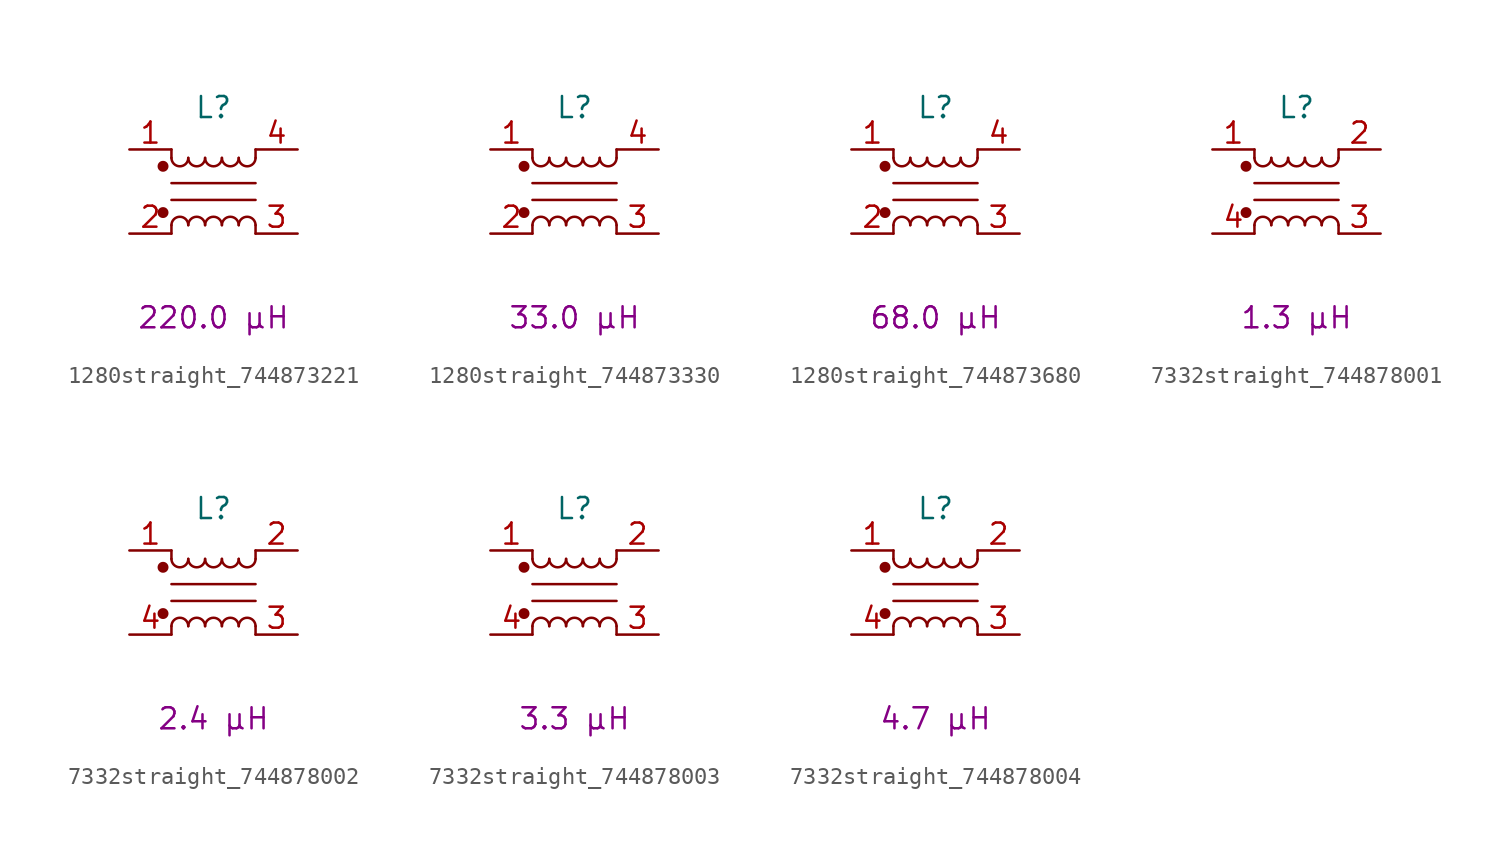
<source format=kicad_sym>
(kicad_symbol_lib
  (version 20220914)
  (generator kicad_symbol_editor)
  (symbol "1280straight_744873221"
    (pin_names hide)
    (property "Reference" "L"
      (at 0 5.08 0)
      (effects (font (size 1.27 1.27))))
    (property "Critical Parameter" "220.0 µH"
      (at 0 -7.62 0)
      (effects (font (size 1.27 1.27))))
    (symbol "1280straight_744873221_0_1"
      (circle (center -3.048 -1.27) (radius 0.254) (stroke (width 0) (type default)) (fill (type outline)))
      (circle (center -3.048 1.524) (radius 0.254) (stroke (width 0) (type default)) (fill (type outline)))
      (arc (start -2.54 2.032) (mid -2.032 1.5262) (end -1.524 2.032) (stroke (width 0) (type default)) (fill (type none)))
      (arc (start -1.524 -2.032) (mid -2.032 -1.5262) (end -2.54 -2.032) (stroke (width 0) (type default)) (fill (type none)))
      (arc (start -1.524 2.032) (mid -1.016 1.5262) (end -0.508 2.032) (stroke (width 0) (type default)) (fill (type none)))
      (arc (start -0.508 -2.032) (mid -1.016 -1.5262) (end -1.524 -2.032) (stroke (width 0) (type default)) (fill (type none)))
      (arc (start -0.508 2.032) (mid 0 1.5262) (end 0.508 2.032) (stroke (width 0) (type default)) (fill (type none)))
      (polyline (pts (xy -2.54 -2.032) (xy -2.54 -2.54)) (stroke (width 0) (type default)) (fill (type none)))
      (polyline (pts (xy -2.54 0.508) (xy 2.54 0.508)) (stroke (width 0) (type default)) (fill (type none)))
      (polyline (pts (xy -2.54 2.032) (xy -2.54 2.54)) (stroke (width 0) (type default)) (fill (type none)))
      (polyline (pts (xy 2.54 -2.032) (xy 2.54 -2.54)) (stroke (width 0) (type default)) (fill (type none)))
      (polyline (pts (xy 2.54 -0.508) (xy -2.54 -0.508)) (stroke (width 0) (type default)) (fill (type none)))
      (polyline (pts (xy 2.54 2.54) (xy 2.54 2.032)) (stroke (width 0) (type default)) (fill (type none)))
      (arc (start 0.508 -2.032) (mid 0 -1.5262) (end -0.508 -2.032) (stroke (width 0) (type default)) (fill (type none)))
      (arc (start 0.508 2.032) (mid 1.016 1.5262) (end 1.524 2.032) (stroke (width 0) (type default)) (fill (type none)))
      (arc (start 1.524 -2.032) (mid 1.016 -1.5262) (end 0.508 -2.032) (stroke (width 0) (type default)) (fill (type none)))
      (arc (start 1.524 2.032) (mid 2.032 1.5262) (end 2.54 2.032) (stroke (width 0) (type default)) (fill (type none)))
      (arc (start 2.54 -2.032) (mid 2.032 -1.5262) (end 1.524 -2.032) (stroke (width 0) (type default)) (fill (type none))))
    (symbol "1280straight_744873221_1_1"
      (pin passive line (at -5.08 2.54 0) (length 2.54) (name "1" (effects (font (size 1.27 1.27)))) (number "1" (effects (font (size 1.27 1.27)))))
      (pin passive line (at -5.08 -2.54 0) (length 2.54) (name "2" (effects (font (size 1.27 1.27)))) (number "2" (effects (font (size 1.27 1.27)))))
      (pin passive line (at 5.08 -2.54 180) (length 2.54) (name "3" (effects (font (size 1.27 1.27)))) (number "3" (effects (font (size 1.27 1.27)))))
      (pin passive line (at 5.08 2.54 180) (length 2.54) (name "4" (effects (font (size 1.27 1.27)))) (number "4" (effects (font (size 1.27 1.27)))))))
  (symbol "1280straight_744873330"
    (pin_names hide)
    (property "Reference" "L"
      (at 0 5.08 0)
      (effects (font (size 1.27 1.27))))
    (property "Critical Parameter" "33.0 µH"
      (at 0 -7.62 0)
      (effects (font (size 1.27 1.27))))
    (symbol "1280straight_744873330_0_1"
      (circle (center -3.048 -1.27) (radius 0.254) (stroke (width 0) (type default)) (fill (type outline)))
      (circle (center -3.048 1.524) (radius 0.254) (stroke (width 0) (type default)) (fill (type outline)))
      (arc (start -2.54 2.032) (mid -2.032 1.5262) (end -1.524 2.032) (stroke (width 0) (type default)) (fill (type none)))
      (arc (start -1.524 -2.032) (mid -2.032 -1.5262) (end -2.54 -2.032) (stroke (width 0) (type default)) (fill (type none)))
      (arc (start -1.524 2.032) (mid -1.016 1.5262) (end -0.508 2.032) (stroke (width 0) (type default)) (fill (type none)))
      (arc (start -0.508 -2.032) (mid -1.016 -1.5262) (end -1.524 -2.032) (stroke (width 0) (type default)) (fill (type none)))
      (arc (start -0.508 2.032) (mid 0 1.5262) (end 0.508 2.032) (stroke (width 0) (type default)) (fill (type none)))
      (polyline (pts (xy -2.54 -2.032) (xy -2.54 -2.54)) (stroke (width 0) (type default)) (fill (type none)))
      (polyline (pts (xy -2.54 0.508) (xy 2.54 0.508)) (stroke (width 0) (type default)) (fill (type none)))
      (polyline (pts (xy -2.54 2.032) (xy -2.54 2.54)) (stroke (width 0) (type default)) (fill (type none)))
      (polyline (pts (xy 2.54 -2.032) (xy 2.54 -2.54)) (stroke (width 0) (type default)) (fill (type none)))
      (polyline (pts (xy 2.54 -0.508) (xy -2.54 -0.508)) (stroke (width 0) (type default)) (fill (type none)))
      (polyline (pts (xy 2.54 2.54) (xy 2.54 2.032)) (stroke (width 0) (type default)) (fill (type none)))
      (arc (start 0.508 -2.032) (mid 0 -1.5262) (end -0.508 -2.032) (stroke (width 0) (type default)) (fill (type none)))
      (arc (start 0.508 2.032) (mid 1.016 1.5262) (end 1.524 2.032) (stroke (width 0) (type default)) (fill (type none)))
      (arc (start 1.524 -2.032) (mid 1.016 -1.5262) (end 0.508 -2.032) (stroke (width 0) (type default)) (fill (type none)))
      (arc (start 1.524 2.032) (mid 2.032 1.5262) (end 2.54 2.032) (stroke (width 0) (type default)) (fill (type none)))
      (arc (start 2.54 -2.032) (mid 2.032 -1.5262) (end 1.524 -2.032) (stroke (width 0) (type default)) (fill (type none))))
    (symbol "1280straight_744873330_1_1"
      (pin passive line (at -5.08 2.54 0) (length 2.54) (name "1" (effects (font (size 1.27 1.27)))) (number "1" (effects (font (size 1.27 1.27)))))
      (pin passive line (at -5.08 -2.54 0) (length 2.54) (name "2" (effects (font (size 1.27 1.27)))) (number "2" (effects (font (size 1.27 1.27)))))
      (pin passive line (at 5.08 -2.54 180) (length 2.54) (name "3" (effects (font (size 1.27 1.27)))) (number "3" (effects (font (size 1.27 1.27)))))
      (pin passive line (at 5.08 2.54 180) (length 2.54) (name "4" (effects (font (size 1.27 1.27)))) (number "4" (effects (font (size 1.27 1.27)))))))
  (symbol "1280straight_744873680"
    (pin_names hide)
    (property "Reference" "L"
      (at 0 5.08 0)
      (effects (font (size 1.27 1.27))))
    (property "Critical Parameter" "68.0 µH"
      (at 0 -7.62 0)
      (effects (font (size 1.27 1.27))))
    (symbol "1280straight_744873680_0_1"
      (circle (center -3.048 -1.27) (radius 0.254) (stroke (width 0) (type default)) (fill (type outline)))
      (circle (center -3.048 1.524) (radius 0.254) (stroke (width 0) (type default)) (fill (type outline)))
      (arc (start -2.54 2.032) (mid -2.032 1.5262) (end -1.524 2.032) (stroke (width 0) (type default)) (fill (type none)))
      (arc (start -1.524 -2.032) (mid -2.032 -1.5262) (end -2.54 -2.032) (stroke (width 0) (type default)) (fill (type none)))
      (arc (start -1.524 2.032) (mid -1.016 1.5262) (end -0.508 2.032) (stroke (width 0) (type default)) (fill (type none)))
      (arc (start -0.508 -2.032) (mid -1.016 -1.5262) (end -1.524 -2.032) (stroke (width 0) (type default)) (fill (type none)))
      (arc (start -0.508 2.032) (mid 0 1.5262) (end 0.508 2.032) (stroke (width 0) (type default)) (fill (type none)))
      (polyline (pts (xy -2.54 -2.032) (xy -2.54 -2.54)) (stroke (width 0) (type default)) (fill (type none)))
      (polyline (pts (xy -2.54 0.508) (xy 2.54 0.508)) (stroke (width 0) (type default)) (fill (type none)))
      (polyline (pts (xy -2.54 2.032) (xy -2.54 2.54)) (stroke (width 0) (type default)) (fill (type none)))
      (polyline (pts (xy 2.54 -2.032) (xy 2.54 -2.54)) (stroke (width 0) (type default)) (fill (type none)))
      (polyline (pts (xy 2.54 -0.508) (xy -2.54 -0.508)) (stroke (width 0) (type default)) (fill (type none)))
      (polyline (pts (xy 2.54 2.54) (xy 2.54 2.032)) (stroke (width 0) (type default)) (fill (type none)))
      (arc (start 0.508 -2.032) (mid 0 -1.5262) (end -0.508 -2.032) (stroke (width 0) (type default)) (fill (type none)))
      (arc (start 0.508 2.032) (mid 1.016 1.5262) (end 1.524 2.032) (stroke (width 0) (type default)) (fill (type none)))
      (arc (start 1.524 -2.032) (mid 1.016 -1.5262) (end 0.508 -2.032) (stroke (width 0) (type default)) (fill (type none)))
      (arc (start 1.524 2.032) (mid 2.032 1.5262) (end 2.54 2.032) (stroke (width 0) (type default)) (fill (type none)))
      (arc (start 2.54 -2.032) (mid 2.032 -1.5262) (end 1.524 -2.032) (stroke (width 0) (type default)) (fill (type none))))
    (symbol "1280straight_744873680_1_1"
      (pin passive line (at -5.08 2.54 0) (length 2.54) (name "1" (effects (font (size 1.27 1.27)))) (number "1" (effects (font (size 1.27 1.27)))))
      (pin passive line (at -5.08 -2.54 0) (length 2.54) (name "2" (effects (font (size 1.27 1.27)))) (number "2" (effects (font (size 1.27 1.27)))))
      (pin passive line (at 5.08 -2.54 180) (length 2.54) (name "3" (effects (font (size 1.27 1.27)))) (number "3" (effects (font (size 1.27 1.27)))))
      (pin passive line (at 5.08 2.54 180) (length 2.54) (name "4" (effects (font (size 1.27 1.27)))) (number "4" (effects (font (size 1.27 1.27)))))))
  (symbol "7332straight_744878001"
    (pin_names hide)
    (property "Reference" "L"
      (at 0 5.08 0)
      (effects (font (size 1.27 1.27))))
    (property "Critical Parameter" "1.3 µH"
      (at 0 -7.62 0)
      (effects (font (size 1.27 1.27))))
    (symbol "7332straight_744878001_0_1"
      (circle (center -3.048 -1.27) (radius 0.254) (stroke (width 0) (type default)) (fill (type outline)))
      (circle (center -3.048 1.524) (radius 0.254) (stroke (width 0) (type default)) (fill (type outline)))
      (arc (start -2.54 2.032) (mid -2.032 1.5262) (end -1.524 2.032) (stroke (width 0) (type default)) (fill (type none)))
      (arc (start -1.524 -2.032) (mid -2.032 -1.5262) (end -2.54 -2.032) (stroke (width 0) (type default)) (fill (type none)))
      (arc (start -1.524 2.032) (mid -1.016 1.5262) (end -0.508 2.032) (stroke (width 0) (type default)) (fill (type none)))
      (arc (start -0.508 -2.032) (mid -1.016 -1.5262) (end -1.524 -2.032) (stroke (width 0) (type default)) (fill (type none)))
      (arc (start -0.508 2.032) (mid 0 1.5262) (end 0.508 2.032) (stroke (width 0) (type default)) (fill (type none)))
      (polyline (pts (xy -2.54 -2.032) (xy -2.54 -2.54)) (stroke (width 0) (type default)) (fill (type none)))
      (polyline (pts (xy -2.54 0.508) (xy 2.54 0.508)) (stroke (width 0) (type default)) (fill (type none)))
      (polyline (pts (xy -2.54 2.032) (xy -2.54 2.54)) (stroke (width 0) (type default)) (fill (type none)))
      (polyline (pts (xy 2.54 -2.032) (xy 2.54 -2.54)) (stroke (width 0) (type default)) (fill (type none)))
      (polyline (pts (xy 2.54 -0.508) (xy -2.54 -0.508)) (stroke (width 0) (type default)) (fill (type none)))
      (polyline (pts (xy 2.54 2.54) (xy 2.54 2.032)) (stroke (width 0) (type default)) (fill (type none)))
      (arc (start 0.508 -2.032) (mid 0 -1.5262) (end -0.508 -2.032) (stroke (width 0) (type default)) (fill (type none)))
      (arc (start 0.508 2.032) (mid 1.016 1.5262) (end 1.524 2.032) (stroke (width 0) (type default)) (fill (type none)))
      (arc (start 1.524 -2.032) (mid 1.016 -1.5262) (end 0.508 -2.032) (stroke (width 0) (type default)) (fill (type none)))
      (arc (start 1.524 2.032) (mid 2.032 1.5262) (end 2.54 2.032) (stroke (width 0) (type default)) (fill (type none)))
      (arc (start 2.54 -2.032) (mid 2.032 -1.5262) (end 1.524 -2.032) (stroke (width 0) (type default)) (fill (type none))))
    (symbol "7332straight_744878001_1_1"
      (pin passive line (at -5.08 2.54 0) (length 2.54) (name "1" (effects (font (size 1.27 1.27)))) (number "1" (effects (font (size 1.27 1.27)))))
      (pin passive line (at 5.08 2.54 180) (length 2.54) (name "2" (effects (font (size 1.27 1.27)))) (number "2" (effects (font (size 1.27 1.27)))))
      (pin passive line (at 5.08 -2.54 180) (length 2.54) (name "3" (effects (font (size 1.27 1.27)))) (number "3" (effects (font (size 1.27 1.27)))))
      (pin passive line (at -5.08 -2.54 0) (length 2.54) (name "4" (effects (font (size 1.27 1.27)))) (number "4" (effects (font (size 1.27 1.27)))))))
  (symbol "7332straight_744878002"
    (pin_names hide)
    (property "Reference" "L"
      (at 0 5.08 0)
      (effects (font (size 1.27 1.27))))
    (property "Critical Parameter" "2.4 µH"
      (at 0 -7.62 0)
      (effects (font (size 1.27 1.27))))
    (symbol "7332straight_744878002_0_1"
      (circle (center -3.048 -1.27) (radius 0.254) (stroke (width 0) (type default)) (fill (type outline)))
      (circle (center -3.048 1.524) (radius 0.254) (stroke (width 0) (type default)) (fill (type outline)))
      (arc (start -2.54 2.032) (mid -2.032 1.5262) (end -1.524 2.032) (stroke (width 0) (type default)) (fill (type none)))
      (arc (start -1.524 -2.032) (mid -2.032 -1.5262) (end -2.54 -2.032) (stroke (width 0) (type default)) (fill (type none)))
      (arc (start -1.524 2.032) (mid -1.016 1.5262) (end -0.508 2.032) (stroke (width 0) (type default)) (fill (type none)))
      (arc (start -0.508 -2.032) (mid -1.016 -1.5262) (end -1.524 -2.032) (stroke (width 0) (type default)) (fill (type none)))
      (arc (start -0.508 2.032) (mid 0 1.5262) (end 0.508 2.032) (stroke (width 0) (type default)) (fill (type none)))
      (polyline (pts (xy -2.54 -2.032) (xy -2.54 -2.54)) (stroke (width 0) (type default)) (fill (type none)))
      (polyline (pts (xy -2.54 0.508) (xy 2.54 0.508)) (stroke (width 0) (type default)) (fill (type none)))
      (polyline (pts (xy -2.54 2.032) (xy -2.54 2.54)) (stroke (width 0) (type default)) (fill (type none)))
      (polyline (pts (xy 2.54 -2.032) (xy 2.54 -2.54)) (stroke (width 0) (type default)) (fill (type none)))
      (polyline (pts (xy 2.54 -0.508) (xy -2.54 -0.508)) (stroke (width 0) (type default)) (fill (type none)))
      (polyline (pts (xy 2.54 2.54) (xy 2.54 2.032)) (stroke (width 0) (type default)) (fill (type none)))
      (arc (start 0.508 -2.032) (mid 0 -1.5262) (end -0.508 -2.032) (stroke (width 0) (type default)) (fill (type none)))
      (arc (start 0.508 2.032) (mid 1.016 1.5262) (end 1.524 2.032) (stroke (width 0) (type default)) (fill (type none)))
      (arc (start 1.524 -2.032) (mid 1.016 -1.5262) (end 0.508 -2.032) (stroke (width 0) (type default)) (fill (type none)))
      (arc (start 1.524 2.032) (mid 2.032 1.5262) (end 2.54 2.032) (stroke (width 0) (type default)) (fill (type none)))
      (arc (start 2.54 -2.032) (mid 2.032 -1.5262) (end 1.524 -2.032) (stroke (width 0) (type default)) (fill (type none))))
    (symbol "7332straight_744878002_1_1"
      (pin passive line (at -5.08 2.54 0) (length 2.54) (name "1" (effects (font (size 1.27 1.27)))) (number "1" (effects (font (size 1.27 1.27)))))
      (pin passive line (at 5.08 2.54 180) (length 2.54) (name "2" (effects (font (size 1.27 1.27)))) (number "2" (effects (font (size 1.27 1.27)))))
      (pin passive line (at 5.08 -2.54 180) (length 2.54) (name "3" (effects (font (size 1.27 1.27)))) (number "3" (effects (font (size 1.27 1.27)))))
      (pin passive line (at -5.08 -2.54 0) (length 2.54) (name "4" (effects (font (size 1.27 1.27)))) (number "4" (effects (font (size 1.27 1.27)))))))
  (symbol "7332straight_744878003"
    (pin_names hide)
    (property "Reference" "L"
      (at 0 5.08 0)
      (effects (font (size 1.27 1.27))))
    (property "Critical Parameter" "3.3 µH"
      (at 0 -7.62 0)
      (effects (font (size 1.27 1.27))))
    (symbol "7332straight_744878003_0_1"
      (circle (center -3.048 -1.27) (radius 0.254) (stroke (width 0) (type default)) (fill (type outline)))
      (circle (center -3.048 1.524) (radius 0.254) (stroke (width 0) (type default)) (fill (type outline)))
      (arc (start -2.54 2.032) (mid -2.032 1.5262) (end -1.524 2.032) (stroke (width 0) (type default)) (fill (type none)))
      (arc (start -1.524 -2.032) (mid -2.032 -1.5262) (end -2.54 -2.032) (stroke (width 0) (type default)) (fill (type none)))
      (arc (start -1.524 2.032) (mid -1.016 1.5262) (end -0.508 2.032) (stroke (width 0) (type default)) (fill (type none)))
      (arc (start -0.508 -2.032) (mid -1.016 -1.5262) (end -1.524 -2.032) (stroke (width 0) (type default)) (fill (type none)))
      (arc (start -0.508 2.032) (mid 0 1.5262) (end 0.508 2.032) (stroke (width 0) (type default)) (fill (type none)))
      (polyline (pts (xy -2.54 -2.032) (xy -2.54 -2.54)) (stroke (width 0) (type default)) (fill (type none)))
      (polyline (pts (xy -2.54 0.508) (xy 2.54 0.508)) (stroke (width 0) (type default)) (fill (type none)))
      (polyline (pts (xy -2.54 2.032) (xy -2.54 2.54)) (stroke (width 0) (type default)) (fill (type none)))
      (polyline (pts (xy 2.54 -2.032) (xy 2.54 -2.54)) (stroke (width 0) (type default)) (fill (type none)))
      (polyline (pts (xy 2.54 -0.508) (xy -2.54 -0.508)) (stroke (width 0) (type default)) (fill (type none)))
      (polyline (pts (xy 2.54 2.54) (xy 2.54 2.032)) (stroke (width 0) (type default)) (fill (type none)))
      (arc (start 0.508 -2.032) (mid 0 -1.5262) (end -0.508 -2.032) (stroke (width 0) (type default)) (fill (type none)))
      (arc (start 0.508 2.032) (mid 1.016 1.5262) (end 1.524 2.032) (stroke (width 0) (type default)) (fill (type none)))
      (arc (start 1.524 -2.032) (mid 1.016 -1.5262) (end 0.508 -2.032) (stroke (width 0) (type default)) (fill (type none)))
      (arc (start 1.524 2.032) (mid 2.032 1.5262) (end 2.54 2.032) (stroke (width 0) (type default)) (fill (type none)))
      (arc (start 2.54 -2.032) (mid 2.032 -1.5262) (end 1.524 -2.032) (stroke (width 0) (type default)) (fill (type none))))
    (symbol "7332straight_744878003_1_1"
      (pin passive line (at -5.08 2.54 0) (length 2.54) (name "1" (effects (font (size 1.27 1.27)))) (number "1" (effects (font (size 1.27 1.27)))))
      (pin passive line (at 5.08 2.54 180) (length 2.54) (name "2" (effects (font (size 1.27 1.27)))) (number "2" (effects (font (size 1.27 1.27)))))
      (pin passive line (at 5.08 -2.54 180) (length 2.54) (name "3" (effects (font (size 1.27 1.27)))) (number "3" (effects (font (size 1.27 1.27)))))
      (pin passive line (at -5.08 -2.54 0) (length 2.54) (name "4" (effects (font (size 1.27 1.27)))) (number "4" (effects (font (size 1.27 1.27)))))))
  (symbol "7332straight_744878004"
    (pin_names hide)
    (property "Reference" "L"
      (at 0 5.08 0)
      (effects (font (size 1.27 1.27))))
    (property "Critical Parameter" "4.7 µH"
      (at 0 -7.62 0)
      (effects (font (size 1.27 1.27))))
    (symbol "7332straight_744878004_0_1"
      (circle (center -3.048 -1.27) (radius 0.254) (stroke (width 0) (type default)) (fill (type outline)))
      (circle (center -3.048 1.524) (radius 0.254) (stroke (width 0) (type default)) (fill (type outline)))
      (arc (start -2.54 2.032) (mid -2.032 1.5262) (end -1.524 2.032) (stroke (width 0) (type default)) (fill (type none)))
      (arc (start -1.524 -2.032) (mid -2.032 -1.5262) (end -2.54 -2.032) (stroke (width 0) (type default)) (fill (type none)))
      (arc (start -1.524 2.032) (mid -1.016 1.5262) (end -0.508 2.032) (stroke (width 0) (type default)) (fill (type none)))
      (arc (start -0.508 -2.032) (mid -1.016 -1.5262) (end -1.524 -2.032) (stroke (width 0) (type default)) (fill (type none)))
      (arc (start -0.508 2.032) (mid 0 1.5262) (end 0.508 2.032) (stroke (width 0) (type default)) (fill (type none)))
      (polyline (pts (xy -2.54 -2.032) (xy -2.54 -2.54)) (stroke (width 0) (type default)) (fill (type none)))
      (polyline (pts (xy -2.54 0.508) (xy 2.54 0.508)) (stroke (width 0) (type default)) (fill (type none)))
      (polyline (pts (xy -2.54 2.032) (xy -2.54 2.54)) (stroke (width 0) (type default)) (fill (type none)))
      (polyline (pts (xy 2.54 -2.032) (xy 2.54 -2.54)) (stroke (width 0) (type default)) (fill (type none)))
      (polyline (pts (xy 2.54 -0.508) (xy -2.54 -0.508)) (stroke (width 0) (type default)) (fill (type none)))
      (polyline (pts (xy 2.54 2.54) (xy 2.54 2.032)) (stroke (width 0) (type default)) (fill (type none)))
      (arc (start 0.508 -2.032) (mid 0 -1.5262) (end -0.508 -2.032) (stroke (width 0) (type default)) (fill (type none)))
      (arc (start 0.508 2.032) (mid 1.016 1.5262) (end 1.524 2.032) (stroke (width 0) (type default)) (fill (type none)))
      (arc (start 1.524 -2.032) (mid 1.016 -1.5262) (end 0.508 -2.032) (stroke (width 0) (type default)) (fill (type none)))
      (arc (start 1.524 2.032) (mid 2.032 1.5262) (end 2.54 2.032) (stroke (width 0) (type default)) (fill (type none)))
      (arc (start 2.54 -2.032) (mid 2.032 -1.5262) (end 1.524 -2.032) (stroke (width 0) (type default)) (fill (type none))))
    (symbol "7332straight_744878004_1_1"
      (pin passive line (at -5.08 2.54 0) (length 2.54) (name "1" (effects (font (size 1.27 1.27)))) (number "1" (effects (font (size 1.27 1.27)))))
      (pin passive line (at 5.08 2.54 180) (length 2.54) (name "2" (effects (font (size 1.27 1.27)))) (number "2" (effects (font (size 1.27 1.27)))))
      (pin passive line (at 5.08 -2.54 180) (length 2.54) (name "3" (effects (font (size 1.27 1.27)))) (number "3" (effects (font (size 1.27 1.27)))))
      (pin passive line (at -5.08 -2.54 0) (length 2.54) (name "4" (effects (font (size 1.27 1.27)))) (number "4" (effects (font (size 1.27 1.27))))))))
</source>
